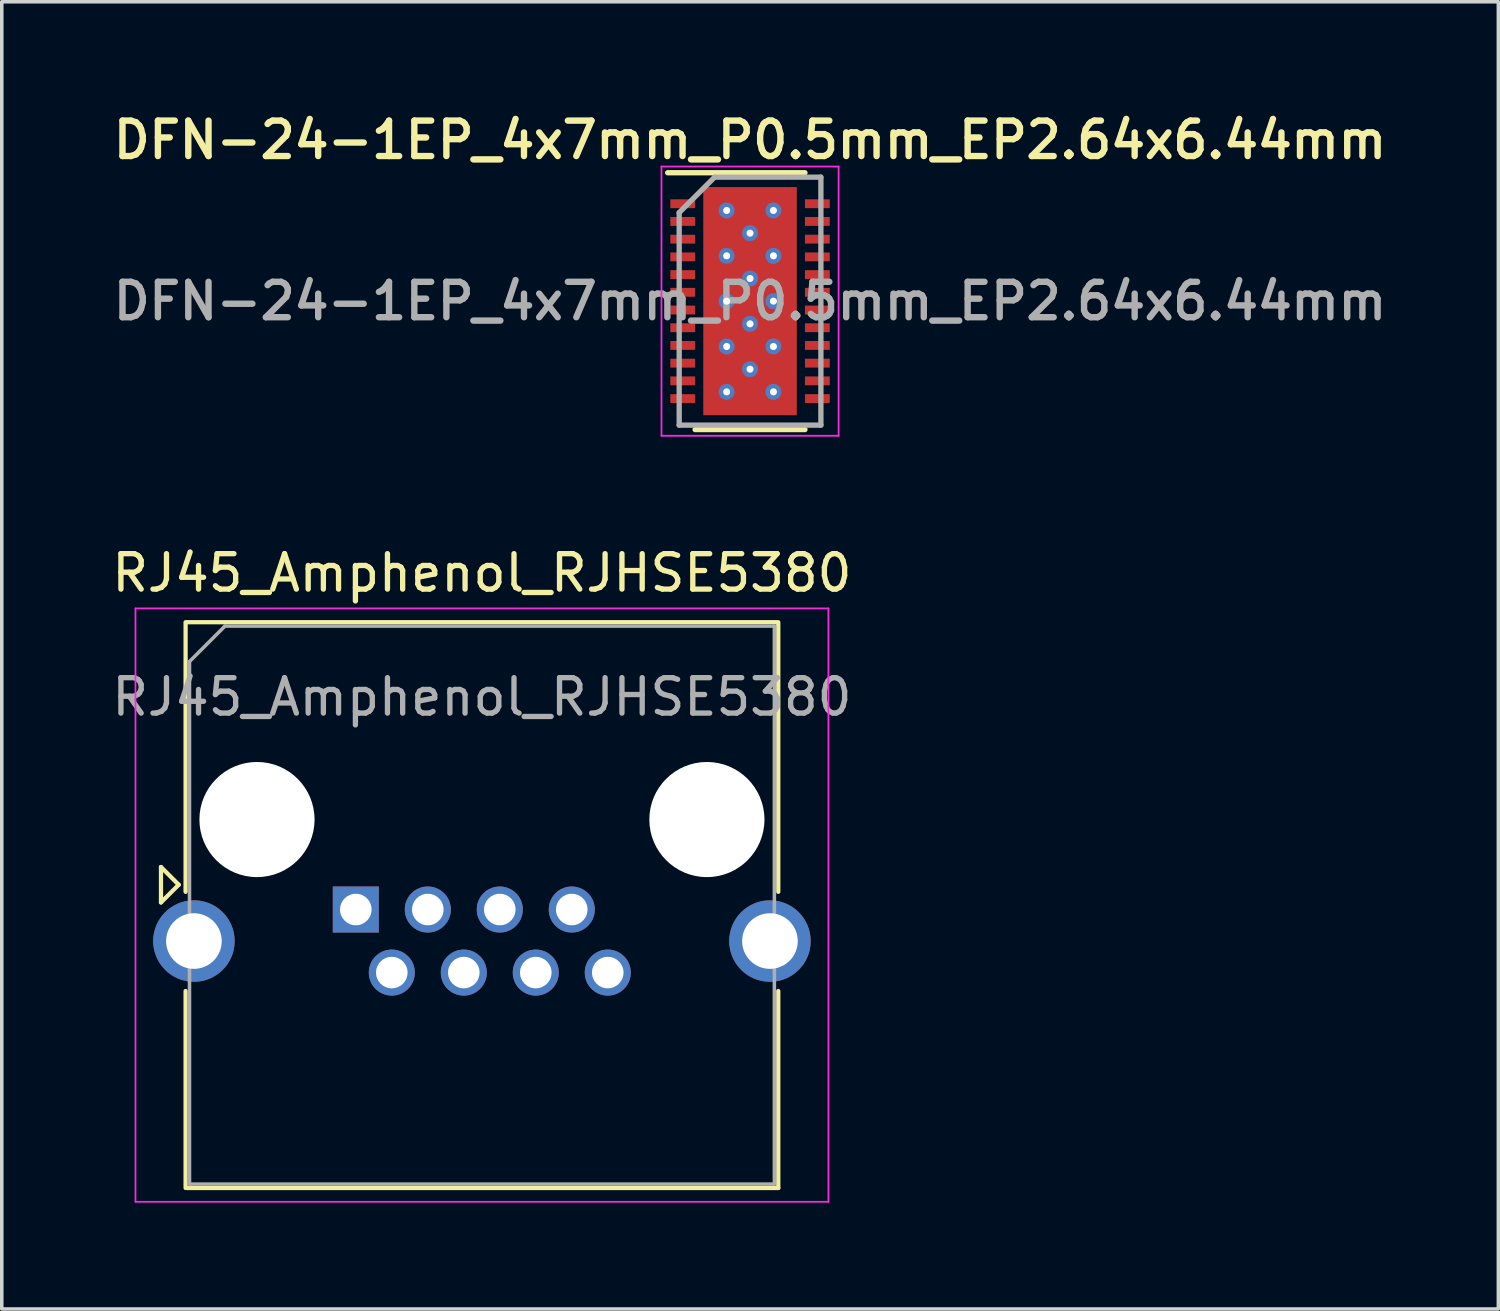
<source format=kicad_pcb>
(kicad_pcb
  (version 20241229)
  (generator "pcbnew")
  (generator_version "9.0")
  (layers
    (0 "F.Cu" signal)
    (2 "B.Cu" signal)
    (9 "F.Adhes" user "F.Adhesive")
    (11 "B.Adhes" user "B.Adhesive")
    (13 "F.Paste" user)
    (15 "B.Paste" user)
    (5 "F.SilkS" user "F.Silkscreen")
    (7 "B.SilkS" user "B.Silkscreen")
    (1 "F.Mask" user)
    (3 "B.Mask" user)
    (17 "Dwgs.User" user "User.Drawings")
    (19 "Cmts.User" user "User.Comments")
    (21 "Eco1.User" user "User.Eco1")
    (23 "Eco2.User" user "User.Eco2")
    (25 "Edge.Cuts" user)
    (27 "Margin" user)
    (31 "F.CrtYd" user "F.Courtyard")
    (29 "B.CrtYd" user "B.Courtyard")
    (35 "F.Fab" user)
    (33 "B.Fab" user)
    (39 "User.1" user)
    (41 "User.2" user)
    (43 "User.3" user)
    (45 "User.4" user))
  (footprint "DFN-24-1EP_4x7mm_P0.5mm_EP2.64x6.44mm"
    (layer "F.Cu")
    (at 18.122 5.451)
    (property "Reference" "DFN-24-1EP_4x7mm_P0.5mm_EP2.64x6.44mm" (at 0 -4.55 0) (layer "F.SilkS") (effects (font (size 1 1) (thickness 0.18))))
    (attr smd)
    (fp_line (start -2.325 -3.625) (end 1.55 -3.625) (stroke (width 0.15) (type solid)) (layer "F.SilkS"))
    (fp_line (start -1.55 3.625) (end 1.55 3.625) (stroke (width 0.15) (type solid)) (layer "F.SilkS"))
    (fp_line (start -2.5 -3.8) (end -2.5 3.8) (stroke (width 0.05) (type solid)) (layer "F.CrtYd"))
    (fp_line (start -2.5 -3.8) (end 2.5 -3.8) (stroke (width 0.05) (type solid)) (layer "F.CrtYd"))
    (fp_line (start -2.5 3.8) (end 2.5 3.8) (stroke (width 0.05) (type solid)) (layer "F.CrtYd"))
    (fp_line (start 2.5 -3.8) (end 2.5 3.8) (stroke (width 0.05) (type solid)) (layer "F.CrtYd"))
    (fp_line (start -2 -2.5) (end -1 -3.5) (stroke (width 0.15) (type solid)) (layer "F.Fab"))
    (fp_line (start -2 3.5) (end -2 -2.5) (stroke (width 0.15) (type solid)) (layer "F.Fab"))
    (fp_line (start -1 -3.5) (end 2 -3.5) (stroke (width 0.15) (type solid)) (layer "F.Fab"))
    (fp_line (start 2 -3.5) (end 2 3.5) (stroke (width 0.15) (type solid)) (layer "F.Fab"))
    (fp_line (start 2 3.5) (end -2 3.5) (stroke (width 0.15) (type solid)) (layer "F.Fab"))
    (fp_text user "${REFERENCE}" (at 0 0 0) (layer "F.Fab") (effects (font (size 1 1) (thickness 0.18))))
    (pad "" smd rect (at -0.66 -2.56) (size 1.05 1.05) (layers "F.Paste"))
    (pad "" smd rect (at -0.66 -1.28) (size 1.05 1.05) (layers "F.Paste"))
    (pad "" smd rect (at -0.66 0) (size 1.05 1.05) (layers "F.Paste"))
    (pad "" smd rect (at -0.66 1.28) (size 1.05 1.05) (layers "F.Paste"))
    (pad "" smd rect (at -0.66 2.56) (size 1.05 1.05) (layers "F.Paste"))
    (pad "" smd rect (at 0.66 -2.56) (size 1.05 1.05) (layers "F.Paste"))
    (pad "" smd rect (at 0.66 -1.28) (size 1.05 1.05) (layers "F.Paste"))
    (pad "" smd rect (at 0.66 0) (size 1.05 1.05) (layers "F.Paste"))
    (pad "" smd rect (at 0.66 1.28) (size 1.05 1.05) (layers "F.Paste"))
    (pad "" smd rect (at 0.66 2.56) (size 1.05 1.05) (layers "F.Paste"))
    (pad "1" smd rect (at -1.9 -2.75) (size 0.7 0.25) (layers "F.Cu" "F.Mask" "F.Paste"))
    (pad "2" smd rect (at -1.9 -2.25) (size 0.7 0.25) (layers "F.Cu" "F.Mask" "F.Paste"))
    (pad "3" smd rect (at -1.9 -1.75) (size 0.7 0.25) (layers "F.Cu" "F.Mask" "F.Paste"))
    (pad "4" smd rect (at -1.9 -1.25) (size 0.7 0.25) (layers "F.Cu" "F.Mask" "F.Paste"))
    (pad "5" smd rect (at -1.9 -0.75) (size 0.7 0.25) (layers "F.Cu" "F.Mask" "F.Paste"))
    (pad "6" smd rect (at -1.9 -0.25) (size 0.7 0.25) (layers "F.Cu" "F.Mask" "F.Paste"))
    (pad "7" smd rect (at -1.9 0.25) (size 0.7 0.25) (layers "F.Cu" "F.Mask" "F.Paste"))
    (pad "8" smd rect (at -1.9 0.75) (size 0.7 0.25) (layers "F.Cu" "F.Mask" "F.Paste"))
    (pad "9" smd rect (at -1.9 1.25) (size 0.7 0.25) (layers "F.Cu" "F.Mask" "F.Paste"))
    (pad "10" smd rect (at -1.9 1.75) (size 0.7 0.25) (layers "F.Cu" "F.Mask" "F.Paste"))
    (pad "11" smd rect (at -1.9 2.25) (size 0.7 0.25) (layers "F.Cu" "F.Mask" "F.Paste"))
    (pad "12" smd rect (at -1.9 2.75) (size 0.7 0.25) (layers "F.Cu" "F.Mask" "F.Paste"))
    (pad "13" smd rect (at 1.9 2.75) (size 0.7 0.25) (layers "F.Cu" "F.Mask" "F.Paste"))
    (pad "14" smd rect (at 1.9 2.25) (size 0.7 0.25) (layers "F.Cu" "F.Mask" "F.Paste"))
    (pad "15" smd rect (at 1.9 1.75) (size 0.7 0.25) (layers "F.Cu" "F.Mask" "F.Paste"))
    (pad "16" smd rect (at 1.9 1.25) (size 0.7 0.25) (layers "F.Cu" "F.Mask" "F.Paste"))
    (pad "17" smd rect (at 1.9 0.75) (size 0.7 0.25) (layers "F.Cu" "F.Mask" "F.Paste"))
    (pad "18" smd rect (at 1.9 0.25) (size 0.7 0.25) (layers "F.Cu" "F.Mask" "F.Paste"))
    (pad "19" smd rect (at 1.9 -0.25) (size 0.7 0.25) (layers "F.Cu" "F.Mask" "F.Paste"))
    (pad "20" smd rect (at 1.9 -0.75) (size 0.7 0.25) (layers "F.Cu" "F.Mask" "F.Paste"))
    (pad "21" smd rect (at 1.9 -1.25) (size 0.7 0.25) (layers "F.Cu" "F.Mask" "F.Paste"))
    (pad "22" smd rect (at 1.9 -1.75) (size 0.7 0.25) (layers "F.Cu" "F.Mask" "F.Paste"))
    (pad "23" smd rect (at 1.9 -2.25) (size 0.7 0.25) (layers "F.Cu" "F.Mask" "F.Paste"))
    (pad "24" smd rect (at 1.9 -2.75) (size 0.7 0.25) (layers "F.Cu" "F.Mask" "F.Paste"))
    (pad "25" thru_hole circle (at -0.66 -2.56) (size 0.45 0.45) (drill 0.2) (layers "*.Cu" "*.Mask"))
    (pad "25" thru_hole circle (at -0.66 -1.28) (size 0.45 0.45) (drill 0.2) (layers "*.Cu" "*.Mask"))
    (pad "25" thru_hole circle (at -0.66 0) (size 0.45 0.45) (drill 0.2) (layers "*.Cu" "*.Mask"))
    (pad "25" thru_hole circle (at -0.66 1.28) (size 0.45 0.45) (drill 0.2) (layers "*.Cu" "*.Mask"))
    (pad "25" thru_hole circle (at -0.66 2.56) (size 0.45 0.45) (drill 0.2) (layers "*.Cu" "*.Mask"))
    (pad "25" thru_hole circle (at 0 -1.92) (size 0.45 0.45) (drill 0.2) (layers "*.Cu" "*.Mask"))
    (pad "25" thru_hole circle (at 0 -0.64) (size 0.45 0.45) (drill 0.2) (layers "*.Cu" "*.Mask"))
    (pad "25" smd rect (at 0 0) (size 2.64 6.44) (layers "F.Cu" "F.Mask"))
    (pad "25" thru_hole circle (at 0 0.64) (size 0.45 0.45) (drill 0.2) (layers "*.Cu" "*.Mask"))
    (pad "25" thru_hole circle (at 0 1.92) (size 0.45 0.45) (drill 0.2) (layers "*.Cu" "*.Mask"))
    (pad "25" thru_hole circle (at 0.66 -2.56) (size 0.45 0.45) (drill 0.2) (layers "*.Cu" "*.Mask"))
    (pad "25" thru_hole circle (at 0.66 -1.28) (size 0.45 0.45) (drill 0.2) (layers "*.Cu" "*.Mask"))
    (pad "25" thru_hole circle (at 0.66 0) (size 0.45 0.45) (drill 0.2) (layers "*.Cu" "*.Mask"))
    (pad "25" thru_hole circle (at 0.66 1.28) (size 0.45 0.45) (drill 0.2) (layers "*.Cu" "*.Mask"))
    (pad "25" thru_hole circle (at 0.66 2.56) (size 0.45 0.45) (drill 0.2) (layers "*.Cu" "*.Mask")))
  (footprint "RJ45_Amphenol_RJHSE5380"
    (layer "F.Cu")
    (at 6.994 22.624)
    (property "Reference" "RJ45_Amphenol_RJHSE5380" (at 3.56 -9.5 0) (layer "F.SilkS") (effects (font (size 1 1) (thickness 0.15))))
    (attr through_hole)
    (fp_line (start -5.5 -1.2) (end -5 -0.7) (stroke (width 0.12) (type solid)) (layer "F.SilkS"))
    (fp_line (start -5.5 -0.2) (end -5.5 -1.2) (stroke (width 0.12) (type solid)) (layer "F.SilkS"))
    (fp_line (start -5 -0.7) (end -5.5 -0.2) (stroke (width 0.12) (type solid)) (layer "F.SilkS"))
    (fp_line (start -4.805 -8.11) (end -4.805 -0.5) (stroke (width 0.12) (type solid)) (layer "F.SilkS"))
    (fp_line (start -4.805 7.86) (end -4.805 2.3) (stroke (width 0.12) (type solid)) (layer "F.SilkS"))
    (fp_line (start -4.76 -8.11) (end 11.88 -8.11) (stroke (width 0.12) (type solid)) (layer "F.SilkS"))
    (fp_line (start -4.76 7.86) (end 11.925 7.86) (stroke (width 0.12) (type solid)) (layer "F.SilkS"))
    (fp_line (start 11.925 -8.11) (end 11.925 -0.5) (stroke (width 0.12) (type solid)) (layer "F.SilkS"))
    (fp_line (start 11.925 7.86) (end 11.925 2.3) (stroke (width 0.12) (type solid)) (layer "F.SilkS"))
    (fp_line (start -6.22 -8.5) (end -6.22 8.25) (stroke (width 0.05) (type solid)) (layer "F.CrtYd"))
    (fp_line (start -6.22 -8.5) (end 13.34 -8.5) (stroke (width 0.05) (type solid)) (layer "F.CrtYd"))
    (fp_line (start -6.22 8.25) (end 13.34 8.25) (stroke (width 0.05) (type solid)) (layer "F.CrtYd"))
    (fp_line (start 13.34 -8.5) (end 13.34 8.25) (stroke (width 0.05) (type solid)) (layer "F.CrtYd"))
    (fp_line (start -4.695 -7) (end -4.695 7.75) (stroke (width 0.1) (type solid)) (layer "F.Fab"))
    (fp_line (start -4.695 -7) (end -3.695 -8) (stroke (width 0.1) (type solid)) (layer "F.Fab"))
    (fp_line (start -4.695 7.75) (end 11.815 7.75) (stroke (width 0.1) (type solid)) (layer "F.Fab"))
    (fp_line (start -3.695 -8) (end 11.815 -8) (stroke (width 0.1) (type solid)) (layer "F.Fab"))
    (fp_line (start 11.815 -8) (end 11.815 7.75) (stroke (width 0.1) (type solid)) (layer "F.Fab"))
    (fp_text user "${REFERENCE}" (at 3.56 -6 0) (layer "F.Fab") (effects (font (size 1 1) (thickness 0.15))))
    (pad "" np_thru_hole circle (at -2.79 -2.54) (size 3.25 3.25) (drill 3.25) (layers "*.Cu" "*.Mask"))
    (pad "" np_thru_hole circle (at 9.91 -2.54) (size 3.25 3.25) (drill 3.25) (layers "*.Cu" "*.Mask"))
    (pad "1" thru_hole rect (at 0 0) (size 1.3 1.3) (drill 0.89) (layers "*.Cu" "*.Mask"))
    (pad "2" thru_hole circle (at 1.016 1.78) (size 1.3 1.3) (drill 0.89) (layers "*.Cu" "*.Mask"))
    (pad "3" thru_hole circle (at 2.032 0) (size 1.3 1.3) (drill 0.89) (layers "*.Cu" "*.Mask"))
    (pad "4" thru_hole circle (at 3.048 1.78) (size 1.3 1.3) (drill 0.89) (layers "*.Cu" "*.Mask"))
    (pad "5" thru_hole circle (at 4.064 0) (size 1.3 1.3) (drill 0.89) (layers "*.Cu" "*.Mask"))
    (pad "6" thru_hole circle (at 5.08 1.78) (size 1.3 1.3) (drill 0.89) (layers "*.Cu" "*.Mask"))
    (pad "7" thru_hole circle (at 6.096 0) (size 1.3 1.3) (drill 0.89) (layers "*.Cu" "*.Mask"))
    (pad "8" thru_hole circle (at 7.112 1.78) (size 1.3 1.3) (drill 0.89) (layers "*.Cu" "*.Mask"))
    (pad "SH" thru_hole circle (at -4.57 0.89) (size 2.3 2.3) (drill 1.57) (layers "*.Cu" "*.Mask"))
    (pad "SH" thru_hole circle (at 11.69 0.89) (size 2.3 2.3) (drill 1.57) (layers "*.Cu" "*.Mask")))
  (gr_rect
    (start -3 -3)
    (end 39.245 33.899)
    (stroke (width 0.1) (type default))
    (fill no)
    (layer "Edge.Cuts")))
</source>
